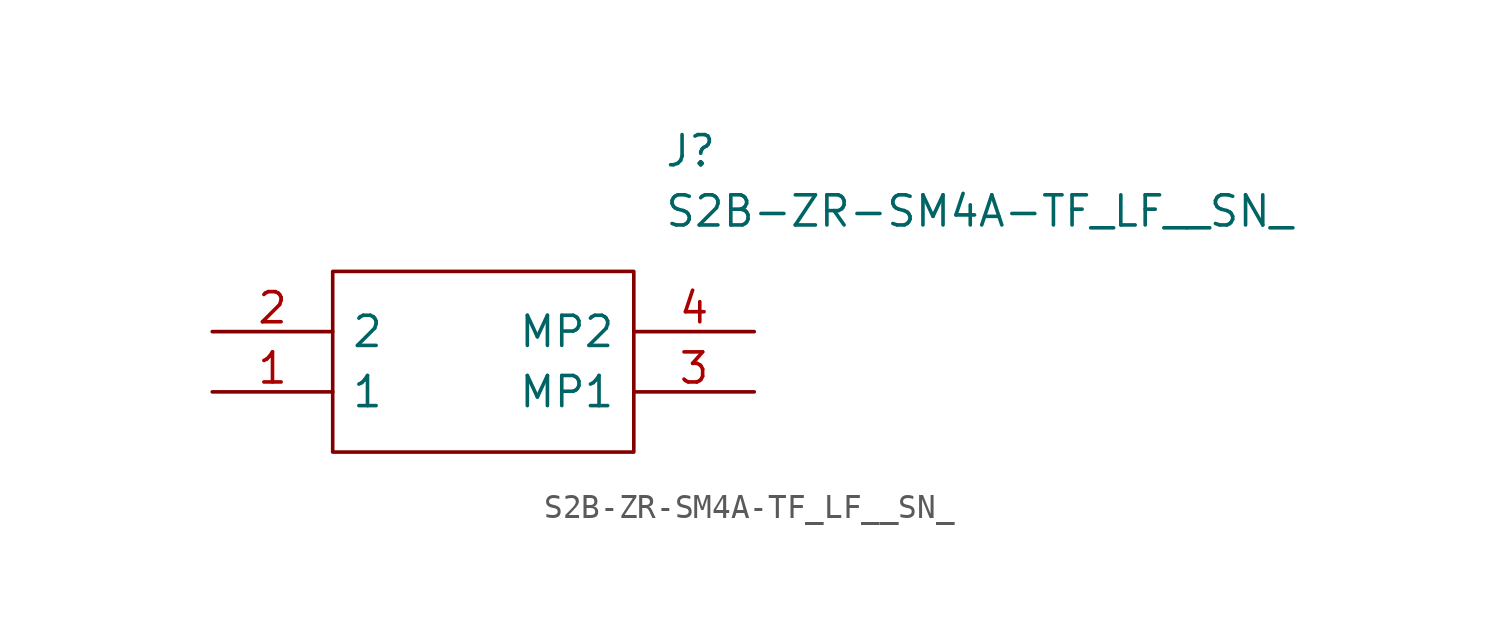
<source format=kicad_sym>
(kicad_symbol_lib
  (version 20231120)
  (generator "kicad_symbol_editor")
  (generator_version "8.0")
  (symbol "S2B-ZR-SM4A-TF_LF__SN_"
    (pin_names
      (offset 0.762))
    (property "Reference" "J"
      (at 19.05 7.62 0)
      (effects (font (size 1.27 1.27)) (justify left)))
    (property "Value" "S2B-ZR-SM4A-TF_LF__SN_"
      (at 19.05 5.08 0)
      (effects (font (size 1.27 1.27)) (justify left)))
    (symbol "S2B-ZR-SM4A-TF_LF__SN__0_0"
      (pin passive line (at 0 -2.54 0) (length 5.08) (name "1" (effects (font (size 1.27 1.27)))) (number "1" (effects (font (size 1.27 1.27)))))
      (pin passive line (at 0 0 0) (length 5.08) (name "2" (effects (font (size 1.27 1.27)))) (number "2" (effects (font (size 1.27 1.27)))))
      (pin passive line (at 22.86 -2.54 180) (length 5.08) (name "MP1" (effects (font (size 1.27 1.27)))) (number "3" (effects (font (size 1.27 1.27)))))
      (pin passive line (at 22.86 0 180) (length 5.08) (name "MP2" (effects (font (size 1.27 1.27)))) (number "4" (effects (font (size 1.27 1.27))))))
    (symbol "S2B-ZR-SM4A-TF_LF__SN__0_1"
      (polyline (pts (xy 5.08 2.54) (xy 17.78 2.54) (xy 17.78 -5.08) (xy 5.08 -5.08) (xy 5.08 2.54)) (stroke (width 0.152) (type solid)) (fill (type none))))))
</source>
